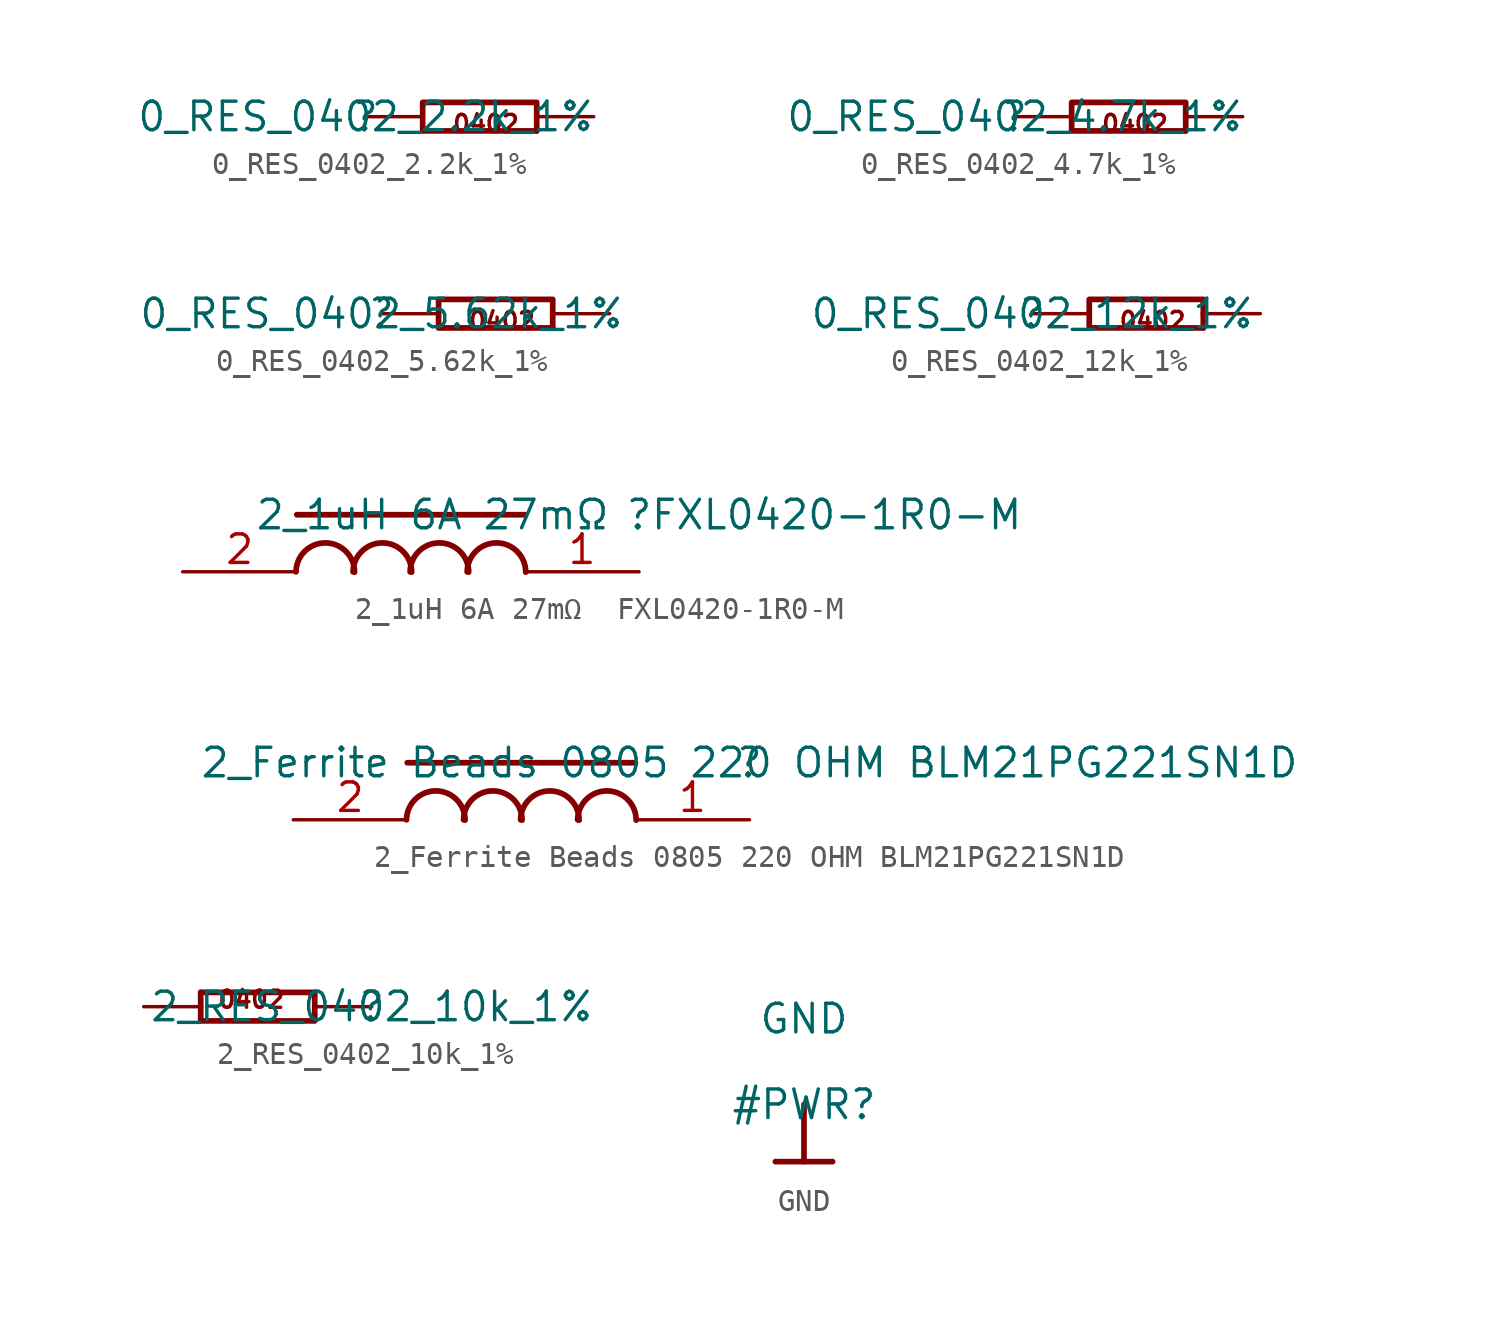
<source format=kicad_sym>
(kicad_symbol_lib
  (version 20211014)
  (generator kicad_symbol_editor)
  (symbol "0_RES_0402_2.2k_1%"
    (property "Reference" ""
      (at 0 0 0)
      (effects (font (size 1.27 1.27))))
    (property "Value" "0_RES_0402_2.2k_1%"
      (at 0 0 0)
      (effects (font (size 1.27 1.27))))
    (symbol "0_RES_0402_2.2k_1%_1_0"
      (polyline (pts (xy 7.62 -0.635) (xy 7.62 0)) (stroke (width 0.254) (type default) (color 0 0 0 0)) (fill (type none)))
      (polyline (pts (xy 7.62 0) (xy 7.62 0.635) (xy 2.54 0.635) (xy 2.54 -0.635) (xy 7.62 -0.635)) (stroke (width 0.254) (type default) (color 0 0 0 0)) (fill (type none)))
      (text "0402" (at 3.81 -0.762 0) (effects (font (size 0.762 0.762)) (justify left bottom)))
      (pin passive line (at 0 0 0) (length 2.54) (name "1" (effects (font (size 0 0)))) (number "1" (effects (font (size 0 0)))))
      (pin passive line (at 10.16 0 180) (length 2.54) (name "2" (effects (font (size 0 0)))) (number "2" (effects (font (size 0 0)))))))
  (symbol "0_RES_0402_4.7k_1%"
    (property "Reference" ""
      (at 0 0 0)
      (effects (font (size 1.27 1.27))))
    (property "Value" "0_RES_0402_4.7k_1%"
      (at 0 0 0)
      (effects (font (size 1.27 1.27))))
    (symbol "0_RES_0402_4.7k_1%_1_0"
      (polyline (pts (xy 7.62 -0.635) (xy 7.62 0)) (stroke (width 0.254) (type default) (color 0 0 0 0)) (fill (type none)))
      (polyline (pts (xy 7.62 0) (xy 7.62 0.635) (xy 2.54 0.635) (xy 2.54 -0.635) (xy 7.62 -0.635)) (stroke (width 0.254) (type default) (color 0 0 0 0)) (fill (type none)))
      (text "0402" (at 3.81 -0.762 0) (effects (font (size 0.762 0.762)) (justify left bottom)))
      (pin passive line (at 0 0 0) (length 2.54) (name "1" (effects (font (size 0 0)))) (number "1" (effects (font (size 0 0)))))
      (pin passive line (at 10.16 0 180) (length 2.54) (name "2" (effects (font (size 0 0)))) (number "2" (effects (font (size 0 0)))))))
  (symbol "0_RES_0402_5.62k_1%"
    (property "Reference" ""
      (at 0 0 0)
      (effects (font (size 1.27 1.27))))
    (property "Value" "0_RES_0402_5.62k_1%"
      (at 0 0 0)
      (effects (font (size 1.27 1.27))))
    (symbol "0_RES_0402_5.62k_1%_1_0"
      (polyline (pts (xy 7.62 -0.635) (xy 7.62 0)) (stroke (width 0.254) (type default) (color 0 0 0 0)) (fill (type none)))
      (polyline (pts (xy 7.62 0) (xy 7.62 0.635) (xy 2.54 0.635) (xy 2.54 -0.635) (xy 7.62 -0.635)) (stroke (width 0.254) (type default) (color 0 0 0 0)) (fill (type none)))
      (text "0402" (at 3.81 -0.762 0) (effects (font (size 0.762 0.762)) (justify left bottom)))
      (pin passive line (at 0 0 0) (length 2.54) (name "1" (effects (font (size 0 0)))) (number "1" (effects (font (size 0 0)))))
      (pin passive line (at 10.16 0 180) (length 2.54) (name "2" (effects (font (size 0 0)))) (number "2" (effects (font (size 0 0)))))))
  (symbol "0_RES_0402_12k_1%"
    (property "Reference" ""
      (at 0 0 0)
      (effects (font (size 1.27 1.27))))
    (property "Value" "0_RES_0402_12k_1%"
      (at 0 0 0)
      (effects (font (size 1.27 1.27))))
    (symbol "0_RES_0402_12k_1%_1_0"
      (polyline (pts (xy 7.62 -0.635) (xy 7.62 0)) (stroke (width 0.254) (type default) (color 0 0 0 0)) (fill (type none)))
      (polyline (pts (xy 7.62 0) (xy 7.62 0.635) (xy 2.54 0.635) (xy 2.54 -0.635) (xy 7.62 -0.635)) (stroke (width 0.254) (type default) (color 0 0 0 0)) (fill (type none)))
      (text "0402" (at 3.81 -0.762 0) (effects (font (size 0.762 0.762)) (justify left bottom)))
      (pin passive line (at 0 0 0) (length 2.54) (name "1" (effects (font (size 0 0)))) (number "1" (effects (font (size 0 0)))))
      (pin passive line (at 10.16 0 180) (length 2.54) (name "2" (effects (font (size 0 0)))) (number "2" (effects (font (size 0 0)))))))
  (symbol "2_1uH 6A 27mΩ  FXL0420-1R0-M"
    (property "Reference" ""
      (at 0 0 0)
      (effects (font (size 1.27 1.27))))
    (property "Value" "2_1uH 6A 27mΩ  FXL0420-1R0-M"
      (at 0 0 0)
      (effects (font (size 1.27 1.27))))
    (symbol "2_1uH 6A 27mΩ  FXL0420-1R0-M_1_0"
      (arc (start -12.6661 -2.5564) (mid -13.9632 -1.236) (end -15.274 -2.5429) (stroke (width 0.254) (type default) (color 0 0 0 0)) (fill (type none)))
      (arc (start -10.1261 -2.5564) (mid -11.4232 -1.236) (end -12.734 -2.5429) (stroke (width 0.254) (type default) (color 0 0 0 0)) (fill (type none)))
      (arc (start -7.5861 -2.5564) (mid -8.8832 -1.236) (end -10.194 -2.5429) (stroke (width 0.254) (type default) (color 0 0 0 0)) (fill (type none)))
      (arc (start -5.0461 -2.5564) (mid -6.3432 -1.236) (end -7.654 -2.5429) (stroke (width 0.254) (type default) (color 0 0 0 0)) (fill (type none)))
      (polyline (pts (xy -15.24 0) (xy -5.08 0)) (stroke (width 0.254) (type default) (color 0 0 0 0)) (fill (type none)))
      (pin passive line (at 0 -2.54 180) (length 5.08) (name "1" (effects (font (size 0 0)))) (number "1" (effects (font (size 1.27 1.27)))))
      (pin passive line (at -20.32 -2.54 0) (length 5.08) (name "2" (effects (font (size 0 0)))) (number "2" (effects (font (size 1.27 1.27)))))))
  (symbol "2_Ferrite Beads 0805 220 OHM BLM21PG221SN1D"
    (property "Reference" ""
      (at 0 0 0)
      (effects (font (size 1.27 1.27))))
    (property "Value" "2_Ferrite Beads 0805 220 OHM BLM21PG221SN1D"
      (at 0 0 0)
      (effects (font (size 1.27 1.27))))
    (symbol "2_Ferrite Beads 0805 220 OHM BLM21PG221SN1D_1_0"
      (arc (start -12.6661 -2.5564) (mid -13.9632 -1.236) (end -15.274 -2.5429) (stroke (width 0.254) (type default) (color 0 0 0 0)) (fill (type none)))
      (arc (start -10.1261 -2.5564) (mid -11.4232 -1.236) (end -12.734 -2.5429) (stroke (width 0.254) (type default) (color 0 0 0 0)) (fill (type none)))
      (arc (start -7.5861 -2.5564) (mid -8.8832 -1.236) (end -10.194 -2.5429) (stroke (width 0.254) (type default) (color 0 0 0 0)) (fill (type none)))
      (arc (start -5.0461 -2.5564) (mid -6.3432 -1.236) (end -7.654 -2.5429) (stroke (width 0.254) (type default) (color 0 0 0 0)) (fill (type none)))
      (polyline (pts (xy -15.24 0) (xy -5.08 0)) (stroke (width 0.254) (type default) (color 0 0 0 0)) (fill (type none)))
      (pin passive line (at 0 -2.54 180) (length 5.08) (name "1" (effects (font (size 0 0)))) (number "1" (effects (font (size 1.27 1.27)))))
      (pin passive line (at -20.32 -2.54 0) (length 5.08) (name "2" (effects (font (size 0 0)))) (number "2" (effects (font (size 1.27 1.27)))))))
  (symbol "2_RES_0402_10k_1%"
    (property "Reference" ""
      (at 0 0 0)
      (effects (font (size 1.27 1.27))))
    (property "Value" "2_RES_0402_10k_1%"
      (at 0 0 0)
      (effects (font (size 1.27 1.27))))
    (symbol "2_RES_0402_10k_1%_1_0"
      (polyline (pts (xy -7.62 0.635) (xy -7.62 0)) (stroke (width 0.254) (type default) (color 0 0 0 0)) (fill (type none)))
      (polyline (pts (xy -7.62 0) (xy -7.62 -0.635) (xy -2.54 -0.635) (xy -2.54 0.635) (xy -7.62 0.635)) (stroke (width 0.254) (type default) (color 0 0 0 0)) (fill (type none)))
      (text "0402" (at -3.81 0.762 0) (effects (font (size 0.762 0.762)) (justify right top)))
      (pin passive line (at 0 0 180) (length 2.54) (name "1" (effects (font (size 0 0)))) (number "1" (effects (font (size 0 0)))))
      (pin passive line (at -10.16 0 0) (length 2.54) (name "2" (effects (font (size 0 0)))) (number "2" (effects (font (size 0 0)))))))
  (symbol "GND"
    (power)
    (property "Reference" "#PWR"
      (at 0 0 0)
      (effects (font (size 1.27 1.27))))
    (property "Value" "GND"
      (at 0 3.81 0)
      (effects (font (size 1.27 1.27))))
    (symbol "GND_0_0"
      (polyline (pts (xy -1.27 -2.54) (xy 1.27 -2.54)) (stroke (width 0.254) (type default) (color 0 0 0 0)) (fill (type none)))
      (polyline (pts (xy 0 0) (xy 0 -2.54)) (stroke (width 0.254) (type default) (color 0 0 0 0)) (fill (type none)))
      (pin power_in line (at 0 0 0) (length 0) hide (name "GND" (effects (font (size 1.27 1.27)))) (number "" (effects (font (size 1.27 1.27))))))))
</source>
